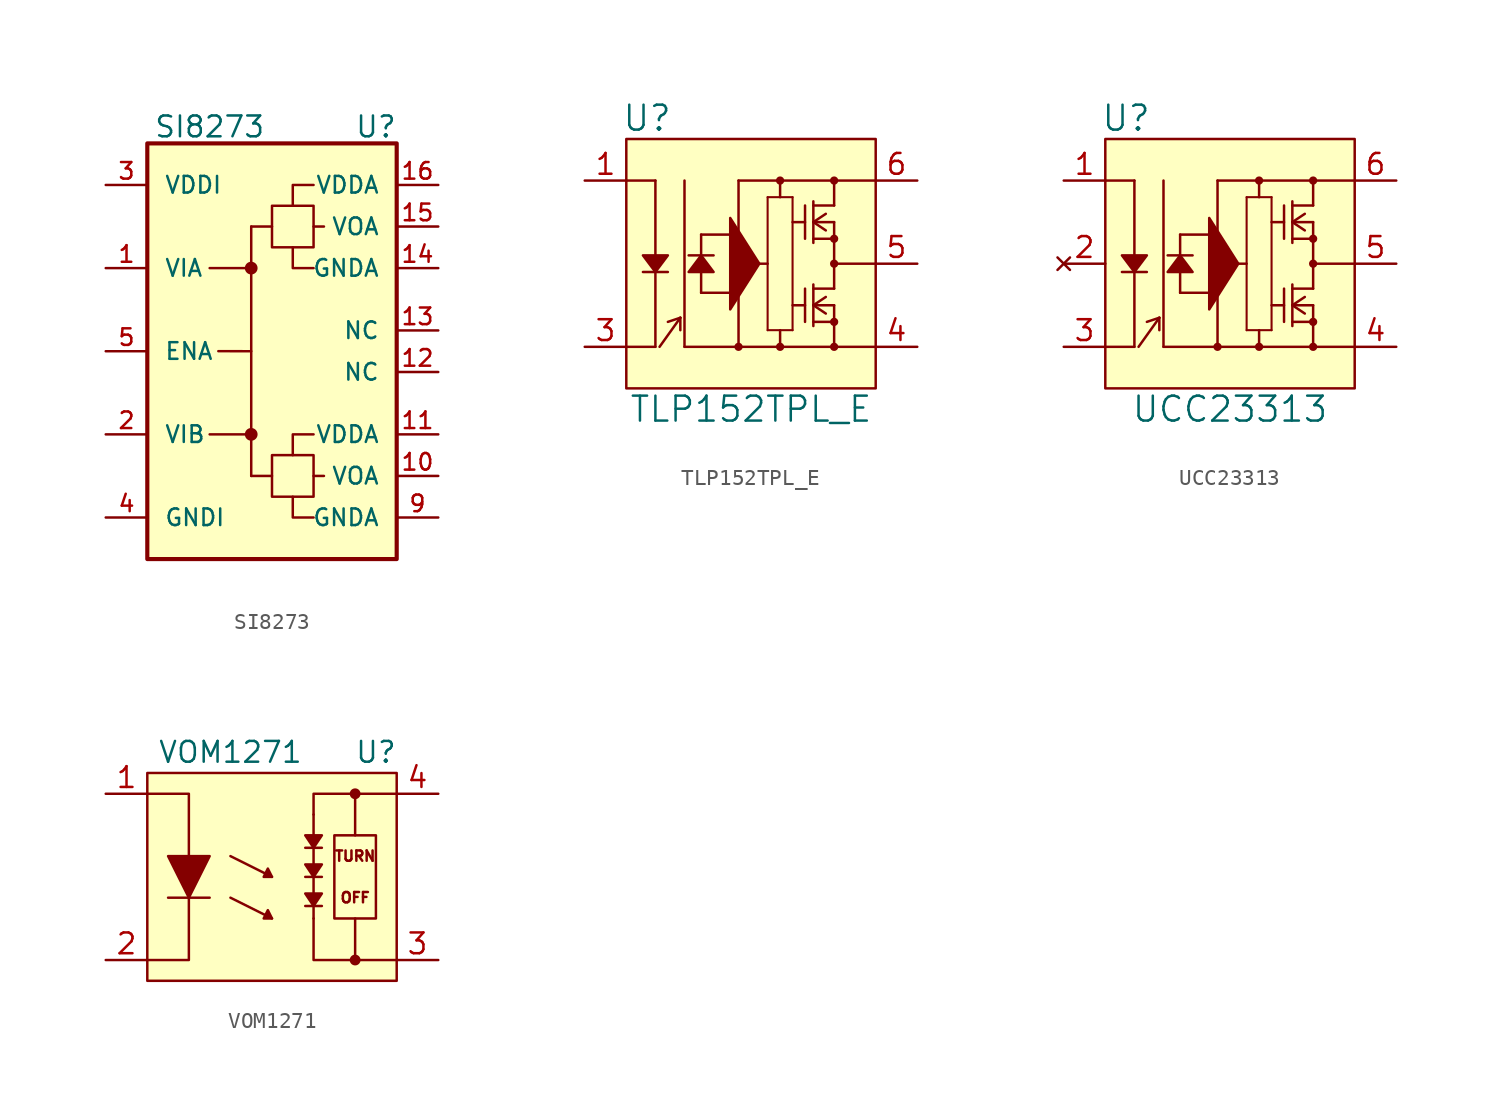
<source format=kicad_sym>
(kicad_symbol_lib
  (version 20231120)
  (generator "kicad_symbol_editor")
  (generator_version "8.0")
  (symbol "SI8273"
    (pin_names
      (offset 1.016))
    (property "Reference" "U"
      (at 6.35 6.096 0)
      (effects (font (size 1.27 1.27))))
    (property "Value" "SI8273"
      (at -3.81 6.096 0)
      (effects (font (size 1.27 1.27))))
    (symbol "SI8273_0_0"
      (rectangle (start -7.62 5.08) (end 7.62 -20.32) (stroke (width 0.254) (type default)) (fill (type background))))
    (symbol "SI8273_0_1"
      (rectangle (start 0 -13.97) (end 2.54 -16.51) (stroke (width 0) (type default)) (fill (type none)))
      (polyline (pts (xy -1.27 -15.24) (xy 0 -15.24)) (stroke (width 0) (type default)) (fill (type none)))
      (polyline (pts (xy -1.27 -12.7) (xy -1.27 -7.62)) (stroke (width 0) (type default)) (fill (type none)))
      (polyline (pts (xy -1.27 0) (xy 0 0)) (stroke (width 0) (type default)) (fill (type none)))
      (polyline (pts (xy 2.54 -15.24) (xy 3.175 -15.24)) (stroke (width 0) (type default)) (fill (type none)))
      (polyline (pts (xy 2.54 0) (xy 3.175 0)) (stroke (width 0) (type default)) (fill (type none)))
      (polyline (pts (xy -3.81 -12.7) (xy -1.27 -12.7) (xy -1.27 -15.24)) (stroke (width 0) (type default)) (fill (type none)))
      (polyline (pts (xy -3.81 -2.54) (xy -1.27 -2.54) (xy -1.27 0)) (stroke (width 0) (type default)) (fill (type none)))
      (polyline (pts (xy -3.279 -7.616) (xy -1.27 -7.62) (xy -1.27 -2.54)) (stroke (width 0) (type default)) (fill (type none)))
      (polyline (pts (xy 1.27 -16.51) (xy 1.27 -17.78) (xy 2.54 -17.78)) (stroke (width 0) (type default)) (fill (type none)))
      (polyline (pts (xy 1.27 -13.97) (xy 1.27 -12.7) (xy 2.54 -12.7)) (stroke (width 0) (type default)) (fill (type none)))
      (polyline (pts (xy 1.27 -1.27) (xy 1.27 -2.54) (xy 2.54 -2.54)) (stroke (width 0) (type default)) (fill (type none)))
      (polyline (pts (xy 1.27 1.27) (xy 1.27 2.54) (xy 2.54 2.54)) (stroke (width 0) (type default)) (fill (type none)))
      (rectangle (start 0 1.27) (end 2.54 -1.27) (stroke (width 0) (type default)) (fill (type none))))
    (symbol "SI8273_1_0"
      (pin input line (at -10.16 -2.54 0) (length 2.54) (name "VIA" (effects (font (size 1.016 1.016)))) (number "1" (effects (font (size 1.016 1.016)))))
      (pin output line (at 10.16 -15.24 180) (length 2.54) (name "VOA" (effects (font (size 1.016 1.016)))) (number "10" (effects (font (size 1.016 1.016)))))
      (pin power_in line (at 10.16 -12.7 180) (length 2.54) (name "VDDA" (effects (font (size 1.016 1.016)))) (number "11" (effects (font (size 1.016 1.016)))))
      (pin passive line (at 10.16 -8.89 180) (length 2.54) (name "NC" (effects (font (size 1.016 1.016)))) (number "12" (effects (font (size 1.016 1.016)))))
      (pin passive line (at 10.16 -6.35 180) (length 2.54) (name "NC" (effects (font (size 1.016 1.016)))) (number "13" (effects (font (size 1.016 1.016)))))
      (pin power_in line (at 10.16 -2.54 180) (length 2.54) (name "GNDA" (effects (font (size 1.016 1.016)))) (number "14" (effects (font (size 1.016 1.016)))))
      (pin output line (at 10.16 0 180) (length 2.54) (name "VOA" (effects (font (size 1.016 1.016)))) (number "15" (effects (font (size 1.016 1.016)))))
      (pin power_in line (at 10.16 2.54 180) (length 2.54) (name "VDDA" (effects (font (size 1.016 1.016)))) (number "16" (effects (font (size 1.016 1.016)))))
      (pin input line (at -10.16 -12.7 0) (length 2.54) (name "VIB" (effects (font (size 1.016 1.016)))) (number "2" (effects (font (size 1.016 1.016)))))
      (pin input line (at -10.16 2.54 0) (length 2.54) (name "VDDI" (effects (font (size 1.016 1.016)))) (number "3" (effects (font (size 1.016 1.016)))))
      (pin input line (at -10.16 -17.78 0) (length 2.54) (name "GNDI" (effects (font (size 1.016 1.016)))) (number "4" (effects (font (size 1.016 1.016)))))
      (pin input line (at -10.16 -7.62 0) (length 2.54) (name "ENA" (effects (font (size 1.016 1.016)))) (number "5" (effects (font (size 1.016 1.016)))))
      (pin no_connect line (at 10.16 -7.62 180) (length 2.54) hide (name "NC" (effects (font (size 1.016 1.016)))) (number "6" (effects (font (size 1.016 1.016)))))
      (pin no_connect line (at 10.16 -7.62 180) (length 2.54) hide (name "NC" (effects (font (size 1.016 1.016)))) (number "7" (effects (font (size 1.016 1.016)))))
      (pin input line (at -10.16 2.54 0) (length 2.54) hide (name "VDDI" (effects (font (size 1.016 1.016)))) (number "8" (effects (font (size 1.016 1.016)))))
      (pin power_in line (at 10.16 -17.78 180) (length 2.54) (name "GNDA" (effects (font (size 1.016 1.016)))) (number "9" (effects (font (size 1.016 1.016))))))
    (symbol "SI8273_1_1"
      (circle (center -1.27 -12.7) (radius 0.313) (stroke (width 0) (type default)) (fill (type outline)))
      (circle (center -1.27 -2.54) (radius 0.313) (stroke (width 0) (type default)) (fill (type outline)))))
  (symbol "TLP152TPL_E"
    (pin_names
      (offset 0.254))
    (property "Reference" "U"
      (at -6.35 8.89 0)
      (effects (font (size 1.524 1.524))))
    (property "Value" "TLP152TPL_E"
      (at 0 -8.89 0)
      (effects (font (size 1.524 1.524))))
    (symbol "TLP152TPL_E_0_1"
      (rectangle (start -7.62 7.62) (end 7.62 -7.62) (stroke (width 0) (type default)) (fill (type background)))
      (circle (center -0.762 -5.08) (radius 0.127) (stroke (width 0.254) (type default)) (fill (type none)))
      (polyline (pts (xy -6.604 -0.508) (xy -5.08 -0.508)) (stroke (width 0) (type default)) (fill (type none)))
      (polyline (pts (xy -5.842 -5.08) (xy -7.62 -5.08)) (stroke (width 0) (type default)) (fill (type none)))
      (polyline (pts (xy -5.842 -5.08) (xy -5.842 -0.508)) (stroke (width 0) (type default)) (fill (type none)))
      (polyline (pts (xy -5.842 5.08) (xy -7.62 5.08)) (stroke (width 0) (type default)) (fill (type none)))
      (polyline (pts (xy -5.842 5.08) (xy -5.842 0.508)) (stroke (width 0) (type default)) (fill (type none)))
      (polyline (pts (xy -5.08 -3.556) (xy -4.318 -3.302)) (stroke (width 0) (type default)) (fill (type none)))
      (polyline (pts (xy -4.318 -4.064) (xy -4.318 -3.302)) (stroke (width 0) (type default)) (fill (type none)))
      (polyline (pts (xy -4.318 -3.302) (xy -5.588 -5.08)) (stroke (width 0) (type default)) (fill (type none)))
      (polyline (pts (xy -4.064 -5.08) (xy 7.62 -5.08)) (stroke (width 0) (type default)) (fill (type none)))
      (polyline (pts (xy -4.064 5.08) (xy -4.064 -5.08)) (stroke (width 0) (type default)) (fill (type none)))
      (polyline (pts (xy -3.81 0.508) (xy -2.286 0.508)) (stroke (width 0) (type default)) (fill (type none)))
      (polyline (pts (xy -3.048 -1.778) (xy -1.27 -1.778)) (stroke (width 0) (type default)) (fill (type none)))
      (polyline (pts (xy -3.048 -0.508) (xy -3.048 -1.778)) (stroke (width 0) (type default)) (fill (type none)))
      (polyline (pts (xy -3.048 0.508) (xy -3.048 1.778)) (stroke (width 0) (type default)) (fill (type none)))
      (polyline (pts (xy -3.048 1.778) (xy -1.27 1.778)) (stroke (width 0) (type default)) (fill (type none)))
      (polyline (pts (xy -0.762 -5.08) (xy -0.762 -2.032)) (stroke (width 0) (type default)) (fill (type none)))
      (polyline (pts (xy -0.762 5.08) (xy -0.762 2.032)) (stroke (width 0) (type default)) (fill (type none)))
      (polyline (pts (xy -0.762 5.08) (xy 7.62 5.08)) (stroke (width 0) (type default)) (fill (type none)))
      (polyline (pts (xy 0.508 0) (xy 1.016 0)) (stroke (width 0) (type default)) (fill (type none)))
      (polyline (pts (xy 1.016 -4.064) (xy 1.016 4.064)) (stroke (width 0.127) (type default)) (fill (type none)))
      (polyline (pts (xy 1.016 4.064) (xy 2.54 4.064)) (stroke (width 0.127) (type default)) (fill (type none)))
      (polyline (pts (xy 1.778 -4.064) (xy 1.778 -5.08)) (stroke (width 0) (type default)) (fill (type none)))
      (polyline (pts (xy 1.778 4.064) (xy 1.778 5.08)) (stroke (width 0) (type default)) (fill (type none)))
      (polyline (pts (xy 2.54 -4.064) (xy 1.016 -4.064)) (stroke (width 0.127) (type default)) (fill (type none)))
      (polyline (pts (xy 2.54 -2.54) (xy 3.302 -2.54)) (stroke (width 0) (type default)) (fill (type none)))
      (polyline (pts (xy 2.54 2.54) (xy 3.302 2.54)) (stroke (width 0) (type default)) (fill (type none)))
      (polyline (pts (xy 2.54 4.064) (xy 2.54 -4.064)) (stroke (width 0.127) (type default)) (fill (type none)))
      (polyline (pts (xy 3.302 -1.524) (xy 3.302 -3.556)) (stroke (width 0) (type default)) (fill (type none)))
      (polyline (pts (xy 3.302 3.556) (xy 3.302 1.524)) (stroke (width 0) (type default)) (fill (type none)))
      (polyline (pts (xy 3.81 -3.556) (xy 5.08 -3.556)) (stroke (width 0) (type default)) (fill (type none)))
      (polyline (pts (xy 3.81 -2.54) (xy 4.572 -3.048)) (stroke (width 0) (type default)) (fill (type none)))
      (polyline (pts (xy 3.81 -2.54) (xy 4.572 -2.032)) (stroke (width 0) (type default)) (fill (type none)))
      (polyline (pts (xy 3.81 -2.54) (xy 5.08 -2.54)) (stroke (width 0) (type default)) (fill (type none)))
      (polyline (pts (xy 3.81 -1.524) (xy 5.08 -1.524)) (stroke (width 0) (type default)) (fill (type none)))
      (polyline (pts (xy 3.81 -1.27) (xy 3.81 -3.81)) (stroke (width 0) (type default)) (fill (type none)))
      (polyline (pts (xy 3.81 1.524) (xy 5.08 1.524)) (stroke (width 0) (type default)) (fill (type none)))
      (polyline (pts (xy 3.81 2.54) (xy 4.572 2.032)) (stroke (width 0) (type default)) (fill (type none)))
      (polyline (pts (xy 3.81 2.54) (xy 4.572 3.048)) (stroke (width 0) (type default)) (fill (type none)))
      (polyline (pts (xy 3.81 2.54) (xy 5.08 2.54)) (stroke (width 0) (type default)) (fill (type none)))
      (polyline (pts (xy 3.81 3.556) (xy 5.08 3.556)) (stroke (width 0) (type default)) (fill (type none)))
      (polyline (pts (xy 3.81 3.81) (xy 3.81 1.27)) (stroke (width 0) (type default)) (fill (type none)))
      (polyline (pts (xy 5.08 -2.54) (xy 5.08 -5.08)) (stroke (width 0) (type default)) (fill (type none)))
      (polyline (pts (xy 5.08 0) (xy 7.62 0)) (stroke (width 0) (type default)) (fill (type none)))
      (polyline (pts (xy 5.08 2.54) (xy 5.08 -1.524)) (stroke (width 0) (type default)) (fill (type none)))
      (polyline (pts (xy 5.08 3.556) (xy 5.08 5.08)) (stroke (width 0) (type default)) (fill (type none)))
      (polyline (pts (xy -6.604 0.508) (xy -6.604 0.508) (xy -5.08 0.508) (xy -5.842 -0.508) (xy -6.604 0.508)) (stroke (width 0) (type default)) (fill (type outline)))
      (polyline (pts (xy -3.81 -0.508) (xy -3.81 -0.508) (xy -2.286 -0.508) (xy -3.048 0.508) (xy -3.81 -0.508)) (stroke (width 0) (type default)) (fill (type outline)))
      (polyline (pts (xy -1.27 2.794) (xy -1.27 2.794) (xy -1.27 -2.794) (xy 0.508 0) (xy -1.27 2.794)) (stroke (width 0) (type default)) (fill (type outline)))
      (circle (center 1.778 -5.08) (radius 0.127) (stroke (width 0.254) (type default)) (fill (type none)))
      (circle (center 1.778 5.08) (radius 0.127) (stroke (width 0.254) (type default)) (fill (type none)))
      (circle (center 5.08 -5.08) (radius 0.127) (stroke (width 0.254) (type default)) (fill (type none)))
      (circle (center 5.08 -3.556) (radius 0.127) (stroke (width 0.254) (type default)) (fill (type none)))
      (circle (center 5.08 0) (radius 0.127) (stroke (width 0.254) (type default)) (fill (type none)))
      (circle (center 5.08 1.524) (radius 0.127) (stroke (width 0.254) (type default)) (fill (type none)))
      (circle (center 5.08 5.08) (radius 0.127) (stroke (width 0.254) (type default)) (fill (type none)))
      (pin unspecified line (at -10.16 5.08 0) (length 2.54) (name "" (effects (font (size 1.27 1.27)))) (number "1" (effects (font (size 1.27 1.27)))))
      (pin unspecified line (at -10.16 -5.08 0) (length 2.54) (name "" (effects (font (size 1.27 1.27)))) (number "3" (effects (font (size 1.27 1.27)))))
      (pin power_out line (at 10.16 -5.08 180) (length 2.54) (name "" (effects (font (size 1.27 1.27)))) (number "4" (effects (font (size 1.27 1.27)))))
      (pin unspecified line (at 10.16 0 180) (length 2.54) (name "" (effects (font (size 1.27 1.27)))) (number "5" (effects (font (size 1.27 1.27)))))
      (pin power_in line (at 10.16 5.08 180) (length 2.54) (name "" (effects (font (size 1.27 1.27)))) (number "6" (effects (font (size 1.27 1.27)))))))
  (symbol "UCC23313"
    (pin_names
      (offset 0.254))
    (property "Reference" "U"
      (at -6.35 8.89 0)
      (effects (font (size 1.524 1.524))))
    (property "Value" "UCC23313"
      (at 0 -8.89 0)
      (effects (font (size 1.524 1.524))))
    (symbol "UCC23313_0_0"
      (pin no_connect line (at -10.16 0 0) (length 2.54) (name "" (effects (font (size 1.27 1.27)))) (number "2" (effects (font (size 1.27 1.27))))))
    (symbol "UCC23313_0_1"
      (rectangle (start -7.62 7.62) (end 7.62 -7.62) (stroke (width 0) (type default)) (fill (type background)))
      (circle (center -0.762 -5.08) (radius 0.127) (stroke (width 0.254) (type default)) (fill (type none)))
      (polyline (pts (xy -6.604 -0.508) (xy -5.08 -0.508)) (stroke (width 0) (type default)) (fill (type none)))
      (polyline (pts (xy -5.842 -5.08) (xy -7.62 -5.08)) (stroke (width 0) (type default)) (fill (type none)))
      (polyline (pts (xy -5.842 -5.08) (xy -5.842 -0.508)) (stroke (width 0) (type default)) (fill (type none)))
      (polyline (pts (xy -5.842 5.08) (xy -7.62 5.08)) (stroke (width 0) (type default)) (fill (type none)))
      (polyline (pts (xy -5.842 5.08) (xy -5.842 0.508)) (stroke (width 0) (type default)) (fill (type none)))
      (polyline (pts (xy -5.08 -3.556) (xy -4.318 -3.302)) (stroke (width 0) (type default)) (fill (type none)))
      (polyline (pts (xy -4.318 -4.064) (xy -4.318 -3.302)) (stroke (width 0) (type default)) (fill (type none)))
      (polyline (pts (xy -4.318 -3.302) (xy -5.588 -5.08)) (stroke (width 0) (type default)) (fill (type none)))
      (polyline (pts (xy -4.064 -5.08) (xy 7.62 -5.08)) (stroke (width 0) (type default)) (fill (type none)))
      (polyline (pts (xy -4.064 5.08) (xy -4.064 -5.08)) (stroke (width 0) (type default)) (fill (type none)))
      (polyline (pts (xy -3.81 0.508) (xy -2.286 0.508)) (stroke (width 0) (type default)) (fill (type none)))
      (polyline (pts (xy -3.048 -1.778) (xy -1.27 -1.778)) (stroke (width 0) (type default)) (fill (type none)))
      (polyline (pts (xy -3.048 -0.508) (xy -3.048 -1.778)) (stroke (width 0) (type default)) (fill (type none)))
      (polyline (pts (xy -3.048 0.508) (xy -3.048 1.778)) (stroke (width 0) (type default)) (fill (type none)))
      (polyline (pts (xy -3.048 1.778) (xy -1.27 1.778)) (stroke (width 0) (type default)) (fill (type none)))
      (polyline (pts (xy -0.762 -5.08) (xy -0.762 -2.032)) (stroke (width 0) (type default)) (fill (type none)))
      (polyline (pts (xy -0.762 5.08) (xy -0.762 2.032)) (stroke (width 0) (type default)) (fill (type none)))
      (polyline (pts (xy -0.762 5.08) (xy 7.62 5.08)) (stroke (width 0) (type default)) (fill (type none)))
      (polyline (pts (xy 0.508 0) (xy 1.016 0)) (stroke (width 0) (type default)) (fill (type none)))
      (polyline (pts (xy 1.016 -4.064) (xy 1.016 4.064)) (stroke (width 0.127) (type default)) (fill (type none)))
      (polyline (pts (xy 1.016 4.064) (xy 2.54 4.064)) (stroke (width 0.127) (type default)) (fill (type none)))
      (polyline (pts (xy 1.778 -4.064) (xy 1.778 -5.08)) (stroke (width 0) (type default)) (fill (type none)))
      (polyline (pts (xy 1.778 4.064) (xy 1.778 5.08)) (stroke (width 0) (type default)) (fill (type none)))
      (polyline (pts (xy 2.54 -4.064) (xy 1.016 -4.064)) (stroke (width 0.127) (type default)) (fill (type none)))
      (polyline (pts (xy 2.54 -2.54) (xy 3.302 -2.54)) (stroke (width 0) (type default)) (fill (type none)))
      (polyline (pts (xy 2.54 2.54) (xy 3.302 2.54)) (stroke (width 0) (type default)) (fill (type none)))
      (polyline (pts (xy 2.54 4.064) (xy 2.54 -4.064)) (stroke (width 0.127) (type default)) (fill (type none)))
      (polyline (pts (xy 3.302 -1.524) (xy 3.302 -3.556)) (stroke (width 0) (type default)) (fill (type none)))
      (polyline (pts (xy 3.302 3.556) (xy 3.302 1.524)) (stroke (width 0) (type default)) (fill (type none)))
      (polyline (pts (xy 3.81 -3.556) (xy 5.08 -3.556)) (stroke (width 0) (type default)) (fill (type none)))
      (polyline (pts (xy 3.81 -2.54) (xy 4.572 -3.048)) (stroke (width 0) (type default)) (fill (type none)))
      (polyline (pts (xy 3.81 -2.54) (xy 4.572 -2.032)) (stroke (width 0) (type default)) (fill (type none)))
      (polyline (pts (xy 3.81 -2.54) (xy 5.08 -2.54)) (stroke (width 0) (type default)) (fill (type none)))
      (polyline (pts (xy 3.81 -1.524) (xy 5.08 -1.524)) (stroke (width 0) (type default)) (fill (type none)))
      (polyline (pts (xy 3.81 -1.27) (xy 3.81 -3.81)) (stroke (width 0) (type default)) (fill (type none)))
      (polyline (pts (xy 3.81 1.524) (xy 5.08 1.524)) (stroke (width 0) (type default)) (fill (type none)))
      (polyline (pts (xy 3.81 2.54) (xy 4.572 2.032)) (stroke (width 0) (type default)) (fill (type none)))
      (polyline (pts (xy 3.81 2.54) (xy 4.572 3.048)) (stroke (width 0) (type default)) (fill (type none)))
      (polyline (pts (xy 3.81 2.54) (xy 5.08 2.54)) (stroke (width 0) (type default)) (fill (type none)))
      (polyline (pts (xy 3.81 3.556) (xy 5.08 3.556)) (stroke (width 0) (type default)) (fill (type none)))
      (polyline (pts (xy 3.81 3.81) (xy 3.81 1.27)) (stroke (width 0) (type default)) (fill (type none)))
      (polyline (pts (xy 5.08 -2.54) (xy 5.08 -5.08)) (stroke (width 0) (type default)) (fill (type none)))
      (polyline (pts (xy 5.08 0) (xy 7.62 0)) (stroke (width 0) (type default)) (fill (type none)))
      (polyline (pts (xy 5.08 2.54) (xy 5.08 -1.524)) (stroke (width 0) (type default)) (fill (type none)))
      (polyline (pts (xy 5.08 3.556) (xy 5.08 5.08)) (stroke (width 0) (type default)) (fill (type none)))
      (polyline (pts (xy -6.604 0.508) (xy -6.604 0.508) (xy -5.08 0.508) (xy -5.842 -0.508) (xy -6.604 0.508)) (stroke (width 0) (type default)) (fill (type outline)))
      (polyline (pts (xy -3.81 -0.508) (xy -3.81 -0.508) (xy -2.286 -0.508) (xy -3.048 0.508) (xy -3.81 -0.508)) (stroke (width 0) (type default)) (fill (type outline)))
      (polyline (pts (xy -1.27 2.794) (xy -1.27 2.794) (xy -1.27 -2.794) (xy 0.508 0) (xy -1.27 2.794)) (stroke (width 0) (type default)) (fill (type outline)))
      (circle (center 1.778 -5.08) (radius 0.127) (stroke (width 0.254) (type default)) (fill (type none)))
      (circle (center 1.778 5.08) (radius 0.127) (stroke (width 0.254) (type default)) (fill (type none)))
      (circle (center 5.08 -5.08) (radius 0.127) (stroke (width 0.254) (type default)) (fill (type none)))
      (circle (center 5.08 -3.556) (radius 0.127) (stroke (width 0.254) (type default)) (fill (type none)))
      (circle (center 5.08 0) (radius 0.127) (stroke (width 0.254) (type default)) (fill (type none)))
      (circle (center 5.08 1.524) (radius 0.127) (stroke (width 0.254) (type default)) (fill (type none)))
      (circle (center 5.08 5.08) (radius 0.127) (stroke (width 0.254) (type default)) (fill (type none)))
      (pin unspecified line (at -10.16 5.08 0) (length 2.54) (name "" (effects (font (size 1.27 1.27)))) (number "1" (effects (font (size 1.27 1.27)))))
      (pin unspecified line (at -10.16 -5.08 0) (length 2.54) (name "" (effects (font (size 1.27 1.27)))) (number "3" (effects (font (size 1.27 1.27)))))
      (pin power_out line (at 10.16 -5.08 180) (length 2.54) (name "" (effects (font (size 1.27 1.27)))) (number "4" (effects (font (size 1.27 1.27)))))
      (pin unspecified line (at 10.16 0 180) (length 2.54) (name "" (effects (font (size 1.27 1.27)))) (number "5" (effects (font (size 1.27 1.27)))))
      (pin power_in line (at 10.16 5.08 180) (length 2.54) (name "" (effects (font (size 1.27 1.27)))) (number "6" (effects (font (size 1.27 1.27)))))))
  (symbol "VOM1271"
    (property "Reference" "U"
      (at 6.35 7.62 0)
      (effects (font (size 1.27 1.27))))
    (property "Value" "VOM1271"
      (at -2.54 7.62 0)
      (effects (font (size 1.27 1.27))))
    (symbol "VOM1271_0_0"
      (polyline (pts (xy 5.08 -2.54) (xy 5.08 -5.08)) (stroke (width 0) (type default)) (fill (type none)))
      (polyline (pts (xy 5.08 5.08) (xy 5.08 2.54)) (stroke (width 0) (type default)) (fill (type none)))
      (polyline (pts (xy -7.62 5.08) (xy -5.08 5.08) (xy -5.08 1.27)) (stroke (width 0) (type default)) (fill (type none)))
      (polyline (pts (xy -5.08 -1.27) (xy -5.08 -5.08) (xy -7.62 -5.08)) (stroke (width 0) (type default)) (fill (type none)))
      (polyline (pts (xy 2.54 -2.54) (xy 2.54 -5.08) (xy 7.62 -5.08)) (stroke (width 0) (type default)) (fill (type none)))
      (polyline (pts (xy 7.62 5.08) (xy 2.54 5.08) (xy 2.54 3.81)) (stroke (width 0) (type default)) (fill (type none)))
      (circle (center 5.08 -5.08) (radius 0.254) (stroke (width 0) (type default)) (fill (type outline)))
      (circle (center 5.08 5.08) (radius 0.254) (stroke (width 0) (type default)) (fill (type outline)))
      (rectangle (start 7.62 6.35) (end -7.62 -6.35) (stroke (width 0) (type default)) (fill (type background)))
      (text "OFF" (at 5.08 -1.27 0) (effects (font (size 0.63 0.63))))
      (text "TURN" (at 5.08 1.27 0) (effects (font (size 0.63 0.63))))
      (pin unspecified line (at -10.16 5.08 0) (length 2.54) (name "" (effects (font (size 1.27 1.27)))) (number "1" (effects (font (size 1.27 1.27)))))
      (pin unspecified line (at -10.16 -5.08 0) (length 2.54) (name "" (effects (font (size 1.27 1.27)))) (number "2" (effects (font (size 1.27 1.27)))))
      (pin unspecified line (at 10.16 -5.08 180) (length 2.54) (name "" (effects (font (size 1.27 1.27)))) (number "3" (effects (font (size 1.27 1.27)))))
      (pin unspecified line (at 10.16 5.08 180) (length 2.54) (name "" (effects (font (size 1.27 1.27)))) (number "4" (effects (font (size 1.27 1.27))))))
    (symbol "VOM1271_0_1"
      (polyline (pts (xy -6.35 -1.27) (xy -3.81 -1.27)) (stroke (width 0) (type default)) (fill (type none)))
      (polyline (pts (xy -2.54 -1.27) (xy 0 -2.54)) (stroke (width 0) (type default)) (fill (type none)))
      (polyline (pts (xy -2.54 1.27) (xy 0 0)) (stroke (width 0) (type default)) (fill (type none)))
      (polyline (pts (xy 2.032 -1.778) (xy 3.048 -1.778)) (stroke (width 0) (type default)) (fill (type none)))
      (polyline (pts (xy 2.032 0) (xy 3.048 0)) (stroke (width 0) (type default)) (fill (type none)))
      (polyline (pts (xy 2.032 1.778) (xy 3.048 1.778)) (stroke (width 0) (type default)) (fill (type none)))
      (polyline (pts (xy 2.54 3.81) (xy 2.54 -2.54)) (stroke (width 0) (type default)) (fill (type none)))
      (polyline (pts (xy -6.35 1.27) (xy -3.81 1.27) (xy -5.08 -1.27) (xy -6.35 1.27)) (stroke (width 0) (type default)) (fill (type outline)))
      (polyline (pts (xy -0.254 -2.032) (xy 0 -2.54) (xy -0.508 -2.54) (xy -0.254 -2.032)) (stroke (width 0) (type default)) (fill (type outline)))
      (polyline (pts (xy 0 0) (xy -0.254 0.508) (xy -0.508 0) (xy 0 0)) (stroke (width 0) (type default)) (fill (type outline)))
      (polyline (pts (xy 2.032 -1.016) (xy 3.048 -1.016) (xy 2.54 -1.778) (xy 2.032 -1.016)) (stroke (width 0) (type default)) (fill (type outline)))
      (polyline (pts (xy 2.032 0.762) (xy 3.048 0.762) (xy 2.54 0) (xy 2.032 0.762)) (stroke (width 0) (type default)) (fill (type outline)))
      (polyline (pts (xy 2.032 2.54) (xy 3.048 2.54) (xy 2.54 1.778) (xy 2.032 2.54)) (stroke (width 0) (type default)) (fill (type outline)))
      (rectangle (start 3.81 2.54) (end 6.35 -2.54) (stroke (width 0) (type default)) (fill (type none))))))
</source>
